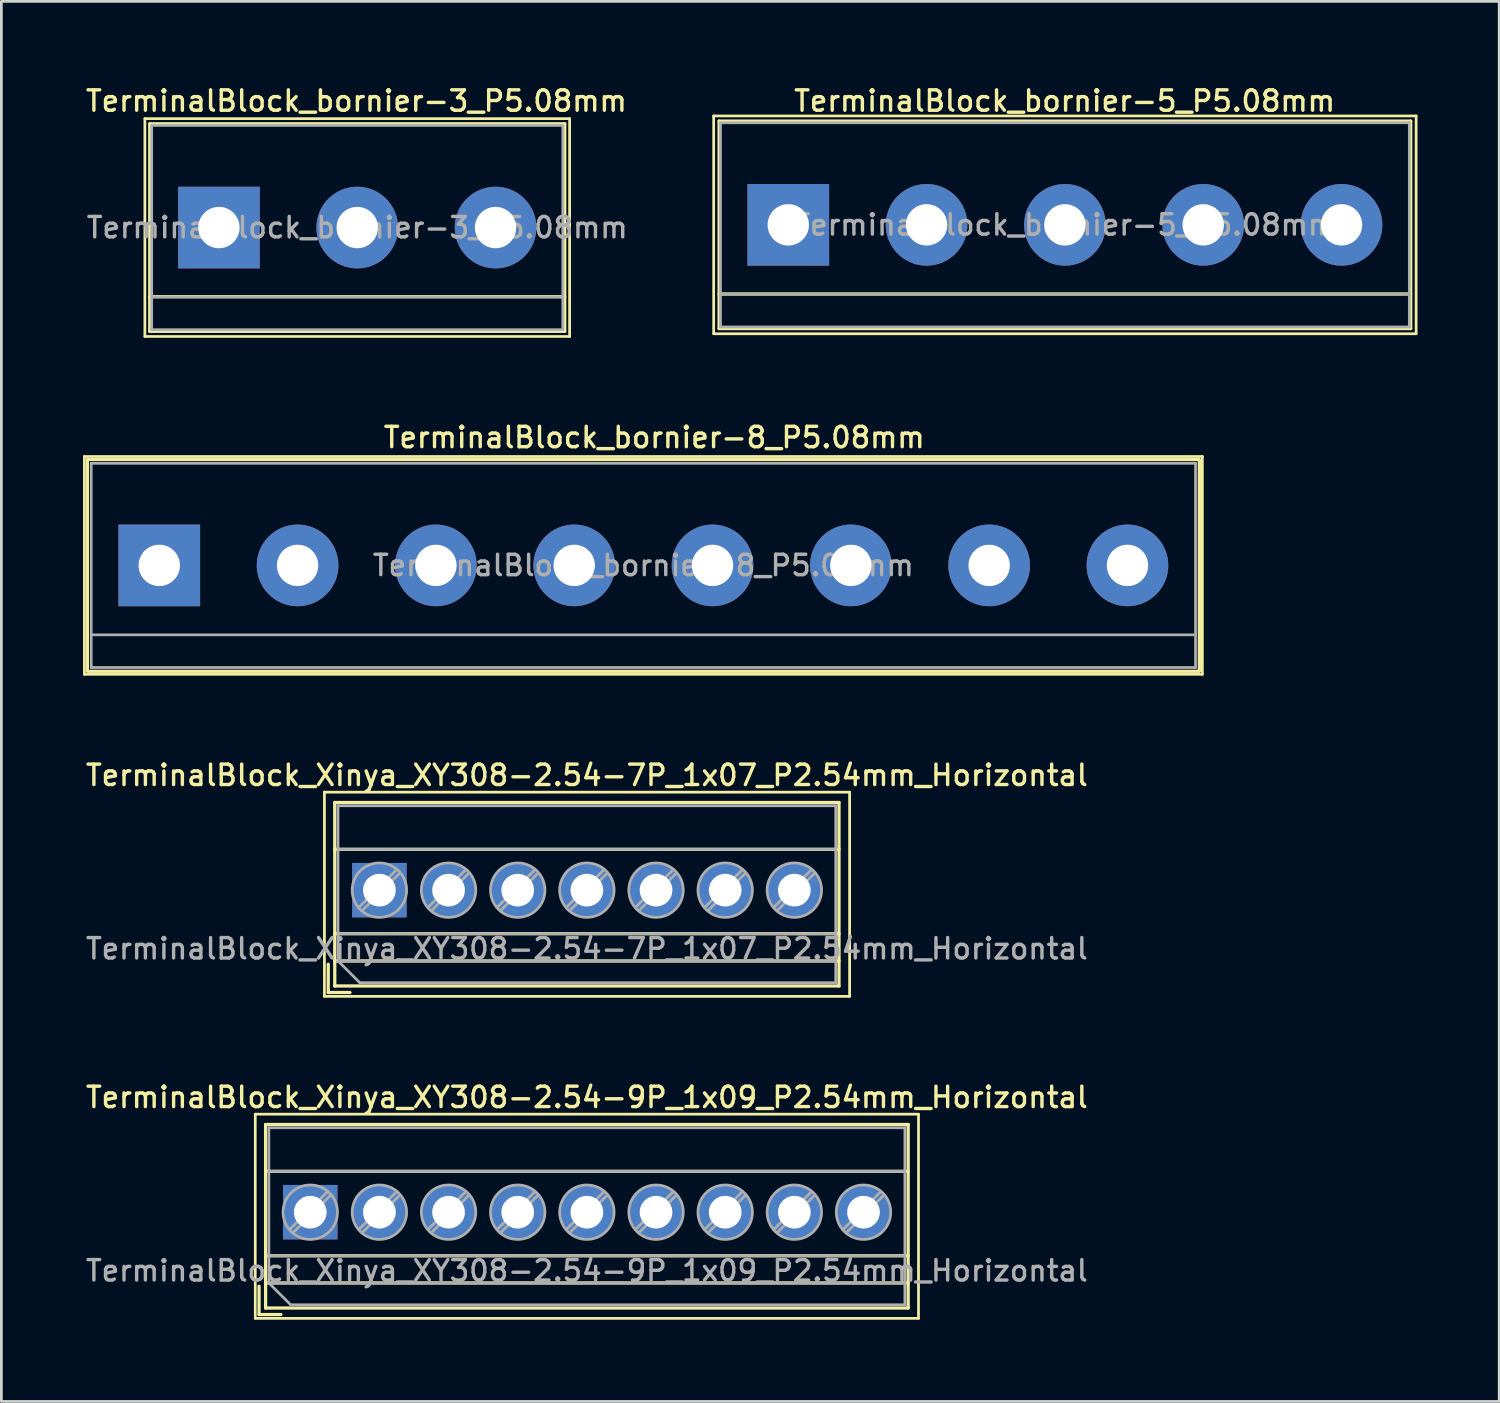
<source format=kicad_pcb>
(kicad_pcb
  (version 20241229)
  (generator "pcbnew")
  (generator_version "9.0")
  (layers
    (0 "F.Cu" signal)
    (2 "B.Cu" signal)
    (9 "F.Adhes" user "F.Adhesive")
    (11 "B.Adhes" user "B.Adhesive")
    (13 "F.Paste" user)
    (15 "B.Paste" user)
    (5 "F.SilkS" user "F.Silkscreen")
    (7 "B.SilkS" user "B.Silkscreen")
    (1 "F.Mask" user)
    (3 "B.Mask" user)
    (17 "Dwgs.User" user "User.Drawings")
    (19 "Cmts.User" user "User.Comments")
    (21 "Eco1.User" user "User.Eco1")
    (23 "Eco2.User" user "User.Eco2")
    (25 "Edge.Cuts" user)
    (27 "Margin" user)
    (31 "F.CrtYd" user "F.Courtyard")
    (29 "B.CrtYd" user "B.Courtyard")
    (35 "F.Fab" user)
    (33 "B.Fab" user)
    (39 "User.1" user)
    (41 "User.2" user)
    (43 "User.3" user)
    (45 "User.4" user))
  (footprint "TerminalBlock_bornier-3_P5.08mm"
    (layer "F.Cu")
    (at 4.991 5.308)
    (property "Reference" "TerminalBlock_bornier-3_P5.08mm" (at 5.05 -4.65 0) (layer "F.SilkS") (effects (font (size 0.75 0.75) (thickness 0.125))))
    (attr through_hole)
    (fp_line (start -2.72 -4) (end -2.72 4) (stroke (width 0.1) (type solid)) (layer "F.SilkS"))
    (fp_line (start -2.72 -4) (end 12.88 -4) (stroke (width 0.1) (type solid)) (layer "F.SilkS"))
    (fp_line (start -2.54 -3.81) (end 12.7 -3.81) (stroke (width 0.12) (type solid)) (layer "F.SilkS"))
    (fp_line (start -2.54 2.54) (end 12.7 2.54) (stroke (width 0.12) (type solid)) (layer "F.SilkS"))
    (fp_line (start -2.54 3.81) (end -2.54 -3.81) (stroke (width 0.12) (type solid)) (layer "F.SilkS"))
    (fp_line (start -2.54 3.81) (end 12.7 3.81) (stroke (width 0.12) (type solid)) (layer "F.SilkS"))
    (fp_line (start 12.7 3.81) (end 12.7 -3.81) (stroke (width 0.12) (type solid)) (layer "F.SilkS"))
    (fp_line (start 12.88 4) (end -2.72 4) (stroke (width 0.1) (type solid)) (layer "F.SilkS"))
    (fp_line (start 12.88 4) (end 12.88 -4) (stroke (width 0.1) (type solid)) (layer "F.SilkS"))
    (fp_line (start -2.47 -3.75) (end 12.63 -3.75) (stroke (width 0.1) (type solid)) (layer "F.Fab"))
    (fp_line (start -2.47 2.55) (end 12.63 2.55) (stroke (width 0.1) (type solid)) (layer "F.Fab"))
    (fp_line (start -2.47 3.75) (end -2.47 -3.75) (stroke (width 0.1) (type solid)) (layer "F.Fab"))
    (fp_line (start 12.63 -3.75) (end 12.63 3.75) (stroke (width 0.1) (type solid)) (layer "F.Fab"))
    (fp_line (start 12.63 3.75) (end -2.47 3.75) (stroke (width 0.1) (type solid)) (layer "F.Fab"))
    (fp_text user "${REFERENCE}" (at 5.08 0 0) (layer "F.Fab") (effects (font (size 0.75 0.75) (thickness 0.125))))
    (pad "1" thru_hole rect (at 0 0) (size 3 3) (drill 1.52) (layers "*.Cu" "*.Mask"))
    (pad "2" thru_hole circle (at 5.08 0) (size 3 3) (drill 1.52) (layers "*.Cu" "*.Mask"))
    (pad "3" thru_hole circle (at 10.16 0) (size 3 3) (drill 1.52) (layers "*.Cu" "*.Mask")))
  (footprint "TerminalBlock_Xinya_XY308-2.54-9P_1x09_P2.54mm_Horizontal"
    (layer "F.Cu")
    (at 8.345 41.472)
    (property "Reference" "TerminalBlock_Xinya_XY308-2.54-9P_1x09_P2.54mm_Horizontal" (at 10.16 -4.22 0) (layer "F.SilkS") (effects (font (size 0.75 0.75) (thickness 0.125))))
    (attr through_hole)
    (fp_line (start -2.02 -3.6) (end -2.02 3.9) (stroke (width 0.1) (type solid)) (layer "F.SilkS"))
    (fp_line (start -2.02 3.9) (end 22.34 3.9) (stroke (width 0.1) (type solid)) (layer "F.SilkS"))
    (fp_line (start -1.88 2.72) (end -1.88 3.76) (stroke (width 0.12) (type solid)) (layer "F.SilkS"))
    (fp_line (start -1.88 3.76) (end -1.08 3.76) (stroke (width 0.12) (type solid)) (layer "F.SilkS"))
    (fp_line (start -1.64 -3.22) (end -1.64 3.52) (stroke (width 0.12) (type solid)) (layer "F.SilkS"))
    (fp_line (start -1.64 -3.22) (end 21.96 -3.22) (stroke (width 0.12) (type solid)) (layer "F.SilkS"))
    (fp_line (start -1.64 -1.501) (end 21.96 -1.501) (stroke (width 0.12) (type solid)) (layer "F.SilkS"))
    (fp_line (start -1.64 1.6) (end 21.96 1.6) (stroke (width 0.12) (type solid)) (layer "F.SilkS"))
    (fp_line (start -1.64 2.6) (end 21.96 2.6) (stroke (width 0.12) (type solid)) (layer "F.SilkS"))
    (fp_line (start -1.64 3.52) (end 21.96 3.52) (stroke (width 0.12) (type solid)) (layer "F.SilkS"))
    (fp_line (start 21.96 -3.22) (end 21.96 3.52) (stroke (width 0.12) (type solid)) (layer "F.SilkS"))
    (fp_line (start 22.34 -3.6) (end -2.02 -3.6) (stroke (width 0.1) (type solid)) (layer "F.SilkS"))
    (fp_line (start 22.34 3.9) (end 22.34 -3.6) (stroke (width 0.1) (type solid)) (layer "F.SilkS"))
    (fp_line (start -1.52 -3.1) (end 21.84 -3.1) (stroke (width 0.1) (type solid)) (layer "F.Fab"))
    (fp_line (start -1.52 -1.5) (end 21.84 -1.5) (stroke (width 0.1) (type solid)) (layer "F.Fab"))
    (fp_line (start -1.52 1.6) (end 21.84 1.6) (stroke (width 0.1) (type solid)) (layer "F.Fab"))
    (fp_line (start -1.52 2.6) (end -1.52 -3.1) (stroke (width 0.1) (type solid)) (layer "F.Fab"))
    (fp_line (start -1.52 2.6) (end 21.84 2.6) (stroke (width 0.1) (type solid)) (layer "F.Fab"))
    (fp_line (start -0.72 3.4) (end -1.52 2.6) (stroke (width 0.1) (type solid)) (layer "F.Fab"))
    (fp_line (start 0.637 -0.759) (end -0.759 0.637) (stroke (width 0.1) (type solid)) (layer "F.Fab"))
    (fp_line (start 0.759 -0.637) (end -0.637 0.759) (stroke (width 0.1) (type solid)) (layer "F.Fab"))
    (fp_line (start 3.177 -0.759) (end 1.782 0.637) (stroke (width 0.1) (type solid)) (layer "F.Fab"))
    (fp_line (start 3.299 -0.637) (end 1.904 0.759) (stroke (width 0.1) (type solid)) (layer "F.Fab"))
    (fp_line (start 5.717 -0.759) (end 4.322 0.637) (stroke (width 0.1) (type solid)) (layer "F.Fab"))
    (fp_line (start 5.839 -0.637) (end 4.444 0.759) (stroke (width 0.1) (type solid)) (layer "F.Fab"))
    (fp_line (start 8.257 -0.759) (end 6.862 0.637) (stroke (width 0.1) (type solid)) (layer "F.Fab"))
    (fp_line (start 8.379 -0.637) (end 6.984 0.759) (stroke (width 0.1) (type solid)) (layer "F.Fab"))
    (fp_line (start 10.797 -0.759) (end 9.402 0.637) (stroke (width 0.1) (type solid)) (layer "F.Fab"))
    (fp_line (start 10.919 -0.637) (end 9.524 0.759) (stroke (width 0.1) (type solid)) (layer "F.Fab"))
    (fp_line (start 13.337 -0.759) (end 11.942 0.637) (stroke (width 0.1) (type solid)) (layer "F.Fab"))
    (fp_line (start 13.459 -0.637) (end 12.064 0.759) (stroke (width 0.1) (type solid)) (layer "F.Fab"))
    (fp_line (start 15.877 -0.759) (end 14.482 0.637) (stroke (width 0.1) (type solid)) (layer "F.Fab"))
    (fp_line (start 15.999 -0.637) (end 14.604 0.759) (stroke (width 0.1) (type solid)) (layer "F.Fab"))
    (fp_line (start 18.417 -0.759) (end 17.022 0.637) (stroke (width 0.1) (type solid)) (layer "F.Fab"))
    (fp_line (start 18.539 -0.637) (end 17.144 0.759) (stroke (width 0.1) (type solid)) (layer "F.Fab"))
    (fp_line (start 20.957 -0.759) (end 19.562 0.637) (stroke (width 0.1) (type solid)) (layer "F.Fab"))
    (fp_line (start 21.079 -0.637) (end 19.684 0.759) (stroke (width 0.1) (type solid)) (layer "F.Fab"))
    (fp_line (start 21.84 -3.1) (end 21.84 3.4) (stroke (width 0.1) (type solid)) (layer "F.Fab"))
    (fp_line (start 21.84 3.4) (end -0.72 3.4) (stroke (width 0.1) (type solid)) (layer "F.Fab"))
    (fp_circle (center 0 0) (end 1 0) (stroke (width 0.1) (type solid)) (fill no) (layer "F.Fab"))
    (fp_circle (center 2.54 0) (end 3.54 0) (stroke (width 0.1) (type solid)) (fill no) (layer "F.Fab"))
    (fp_circle (center 5.08 0) (end 6.08 0) (stroke (width 0.1) (type solid)) (fill no) (layer "F.Fab"))
    (fp_circle (center 7.62 0) (end 8.62 0) (stroke (width 0.1) (type solid)) (fill no) (layer "F.Fab"))
    (fp_circle (center 10.16 0) (end 11.16 0) (stroke (width 0.1) (type solid)) (fill no) (layer "F.Fab"))
    (fp_circle (center 12.7 0) (end 13.7 0) (stroke (width 0.1) (type solid)) (fill no) (layer "F.Fab"))
    (fp_circle (center 15.24 0) (end 16.24 0) (stroke (width 0.1) (type solid)) (fill no) (layer "F.Fab"))
    (fp_circle (center 17.78 0) (end 18.78 0) (stroke (width 0.1) (type solid)) (fill no) (layer "F.Fab"))
    (fp_circle (center 20.32 0) (end 21.32 0) (stroke (width 0.1) (type solid)) (fill no) (layer "F.Fab"))
    (fp_text user "${REFERENCE}" (at 10.16 2.15 0) (layer "F.Fab") (effects (font (size 0.75 0.75) (thickness 0.125))))
    (pad "1" thru_hole rect (at 0 0) (size 2 2) (drill 1.2) (layers "*.Cu" "*.Mask"))
    (pad "2" thru_hole circle (at 2.54 0) (size 2 2) (drill 1.2) (layers "*.Cu" "*.Mask"))
    (pad "3" thru_hole circle (at 5.08 0) (size 2 2) (drill 1.2) (layers "*.Cu" "*.Mask"))
    (pad "4" thru_hole circle (at 7.62 0) (size 2 2) (drill 1.2) (layers "*.Cu" "*.Mask"))
    (pad "5" thru_hole circle (at 10.16 0) (size 2 2) (drill 1.2) (layers "*.Cu" "*.Mask"))
    (pad "6" thru_hole circle (at 12.7 0) (size 2 2) (drill 1.2) (layers "*.Cu" "*.Mask"))
    (pad "7" thru_hole circle (at 15.24 0) (size 2 2) (drill 1.2) (layers "*.Cu" "*.Mask"))
    (pad "8" thru_hole circle (at 17.78 0) (size 2 2) (drill 1.2) (layers "*.Cu" "*.Mask"))
    (pad "9" thru_hole circle (at 20.32 0) (size 2 2) (drill 1.2) (layers "*.Cu" "*.Mask")))
  (footprint "TerminalBlock_Xinya_XY308-2.54-7P_1x07_P2.54mm_Horizontal"
    (layer "F.Cu")
    (at 10.885 29.644)
    (property "Reference" "TerminalBlock_Xinya_XY308-2.54-7P_1x07_P2.54mm_Horizontal" (at 7.62 -4.22 0) (layer "F.SilkS") (effects (font (size 0.75 0.75) (thickness 0.125))))
    (attr through_hole)
    (fp_line (start -2.02 -3.6) (end -2.02 3.9) (stroke (width 0.1) (type solid)) (layer "F.SilkS"))
    (fp_line (start -2.02 3.9) (end 17.27 3.9) (stroke (width 0.1) (type solid)) (layer "F.SilkS"))
    (fp_line (start -1.88 2.72) (end -1.88 3.76) (stroke (width 0.12) (type solid)) (layer "F.SilkS"))
    (fp_line (start -1.88 3.76) (end -1.08 3.76) (stroke (width 0.12) (type solid)) (layer "F.SilkS"))
    (fp_line (start -1.64 -3.22) (end -1.64 3.52) (stroke (width 0.12) (type solid)) (layer "F.SilkS"))
    (fp_line (start -1.64 -3.22) (end 16.88 -3.22) (stroke (width 0.12) (type solid)) (layer "F.SilkS"))
    (fp_line (start -1.64 -1.501) (end 16.88 -1.501) (stroke (width 0.12) (type solid)) (layer "F.SilkS"))
    (fp_line (start -1.64 1.6) (end 16.88 1.6) (stroke (width 0.12) (type solid)) (layer "F.SilkS"))
    (fp_line (start -1.64 2.6) (end 16.88 2.6) (stroke (width 0.12) (type solid)) (layer "F.SilkS"))
    (fp_line (start -1.64 3.52) (end 16.88 3.52) (stroke (width 0.12) (type solid)) (layer "F.SilkS"))
    (fp_line (start 16.88 -3.22) (end 16.88 3.52) (stroke (width 0.12) (type solid)) (layer "F.SilkS"))
    (fp_line (start 17.27 -3.6) (end -2.02 -3.6) (stroke (width 0.1) (type solid)) (layer "F.SilkS"))
    (fp_line (start 17.27 3.9) (end 17.27 -3.6) (stroke (width 0.1) (type solid)) (layer "F.SilkS"))
    (fp_line (start -1.52 -3.1) (end 16.76 -3.1) (stroke (width 0.1) (type solid)) (layer "F.Fab"))
    (fp_line (start -1.52 -1.5) (end 16.76 -1.5) (stroke (width 0.1) (type solid)) (layer "F.Fab"))
    (fp_line (start -1.52 1.6) (end 16.76 1.6) (stroke (width 0.1) (type solid)) (layer "F.Fab"))
    (fp_line (start -1.52 2.6) (end -1.52 -3.1) (stroke (width 0.1) (type solid)) (layer "F.Fab"))
    (fp_line (start -1.52 2.6) (end 16.76 2.6) (stroke (width 0.1) (type solid)) (layer "F.Fab"))
    (fp_line (start -0.72 3.4) (end -1.52 2.6) (stroke (width 0.1) (type solid)) (layer "F.Fab"))
    (fp_line (start 0.637 -0.759) (end -0.759 0.637) (stroke (width 0.1) (type solid)) (layer "F.Fab"))
    (fp_line (start 0.759 -0.637) (end -0.637 0.759) (stroke (width 0.1) (type solid)) (layer "F.Fab"))
    (fp_line (start 3.177 -0.759) (end 1.782 0.637) (stroke (width 0.1) (type solid)) (layer "F.Fab"))
    (fp_line (start 3.299 -0.637) (end 1.904 0.759) (stroke (width 0.1) (type solid)) (layer "F.Fab"))
    (fp_line (start 5.717 -0.759) (end 4.322 0.637) (stroke (width 0.1) (type solid)) (layer "F.Fab"))
    (fp_line (start 5.839 -0.637) (end 4.444 0.759) (stroke (width 0.1) (type solid)) (layer "F.Fab"))
    (fp_line (start 8.257 -0.759) (end 6.862 0.637) (stroke (width 0.1) (type solid)) (layer "F.Fab"))
    (fp_line (start 8.379 -0.637) (end 6.984 0.759) (stroke (width 0.1) (type solid)) (layer "F.Fab"))
    (fp_line (start 10.797 -0.759) (end 9.402 0.637) (stroke (width 0.1) (type solid)) (layer "F.Fab"))
    (fp_line (start 10.919 -0.637) (end 9.524 0.759) (stroke (width 0.1) (type solid)) (layer "F.Fab"))
    (fp_line (start 13.337 -0.759) (end 11.942 0.637) (stroke (width 0.1) (type solid)) (layer "F.Fab"))
    (fp_line (start 13.459 -0.637) (end 12.064 0.759) (stroke (width 0.1) (type solid)) (layer "F.Fab"))
    (fp_line (start 15.877 -0.759) (end 14.482 0.637) (stroke (width 0.1) (type solid)) (layer "F.Fab"))
    (fp_line (start 15.999 -0.637) (end 14.604 0.759) (stroke (width 0.1) (type solid)) (layer "F.Fab"))
    (fp_line (start 16.76 -3.1) (end 16.76 3.4) (stroke (width 0.1) (type solid)) (layer "F.Fab"))
    (fp_line (start 16.76 3.4) (end -0.72 3.4) (stroke (width 0.1) (type solid)) (layer "F.Fab"))
    (fp_circle (center 0 0) (end 1 0) (stroke (width 0.1) (type solid)) (fill no) (layer "F.Fab"))
    (fp_circle (center 2.54 0) (end 3.54 0) (stroke (width 0.1) (type solid)) (fill no) (layer "F.Fab"))
    (fp_circle (center 5.08 0) (end 6.08 0) (stroke (width 0.1) (type solid)) (fill no) (layer "F.Fab"))
    (fp_circle (center 7.62 0) (end 8.62 0) (stroke (width 0.1) (type solid)) (fill no) (layer "F.Fab"))
    (fp_circle (center 10.16 0) (end 11.16 0) (stroke (width 0.1) (type solid)) (fill no) (layer "F.Fab"))
    (fp_circle (center 12.7 0) (end 13.7 0) (stroke (width 0.1) (type solid)) (fill no) (layer "F.Fab"))
    (fp_circle (center 15.24 0) (end 16.24 0) (stroke (width 0.1) (type solid)) (fill no) (layer "F.Fab"))
    (fp_text user "${REFERENCE}" (at 7.62 2.15 0) (layer "F.Fab") (effects (font (size 0.75 0.75) (thickness 0.125))))
    (pad "1" thru_hole rect (at 0 0) (size 2 2) (drill 1.2) (layers "*.Cu" "*.Mask"))
    (pad "2" thru_hole circle (at 2.54 0) (size 2 2) (drill 1.2) (layers "*.Cu" "*.Mask"))
    (pad "3" thru_hole circle (at 5.08 0) (size 2 2) (drill 1.2) (layers "*.Cu" "*.Mask"))
    (pad "4" thru_hole circle (at 7.62 0) (size 2 2) (drill 1.2) (layers "*.Cu" "*.Mask"))
    (pad "5" thru_hole circle (at 10.16 0) (size 2 2) (drill 1.2) (layers "*.Cu" "*.Mask"))
    (pad "6" thru_hole circle (at 12.7 0) (size 2 2) (drill 1.2) (layers "*.Cu" "*.Mask"))
    (pad "7" thru_hole circle (at 15.24 0) (size 2 2) (drill 1.2) (layers "*.Cu" "*.Mask")))
  (footprint "TerminalBlock_bornier-5_P5.08mm"
    (layer "F.Cu")
    (at 25.902 5.208)
    (property "Reference" "TerminalBlock_bornier-5_P5.08mm" (at 10.15 -4.55 0) (layer "F.SilkS") (effects (font (size 0.75 0.75) (thickness 0.125))))
    (attr through_hole)
    (fp_line (start -2.74 -4) (end -2.74 4) (stroke (width 0.1) (type solid)) (layer "F.SilkS"))
    (fp_line (start -2.74 -4) (end 23.06 -4) (stroke (width 0.1) (type solid)) (layer "F.SilkS"))
    (fp_line (start -2.54 -3.81) (end -2.54 3.81) (stroke (width 0.12) (type solid)) (layer "F.SilkS"))
    (fp_line (start -2.54 -3.81) (end 22.86 -3.81) (stroke (width 0.12) (type solid)) (layer "F.SilkS"))
    (fp_line (start -2.54 2.54) (end 22.86 2.54) (stroke (width 0.12) (type solid)) (layer "F.SilkS"))
    (fp_line (start -2.54 3.81) (end 22.86 3.81) (stroke (width 0.12) (type solid)) (layer "F.SilkS"))
    (fp_line (start 22.86 -3.81) (end 22.86 3.81) (stroke (width 0.12) (type solid)) (layer "F.SilkS"))
    (fp_line (start 23.06 4) (end -2.74 4) (stroke (width 0.1) (type solid)) (layer "F.SilkS"))
    (fp_line (start 23.06 4) (end 23.06 -4) (stroke (width 0.1) (type solid)) (layer "F.SilkS"))
    (fp_line (start -2.49 -3.75) (end -2.49 3.75) (stroke (width 0.1) (type solid)) (layer "F.Fab"))
    (fp_line (start -2.49 2.55) (end 22.81 2.55) (stroke (width 0.1) (type solid)) (layer "F.Fab"))
    (fp_line (start -2.49 3.75) (end 22.81 3.75) (stroke (width 0.1) (type solid)) (layer "F.Fab"))
    (fp_line (start 22.81 -3.75) (end -2.49 -3.75) (stroke (width 0.1) (type solid)) (layer "F.Fab"))
    (fp_line (start 22.81 3.75) (end 22.81 -3.75) (stroke (width 0.1) (type solid)) (layer "F.Fab"))
    (fp_text user "${REFERENCE}" (at 10.16 0 0) (layer "F.Fab") (effects (font (size 0.75 0.75) (thickness 0.125))))
    (pad "1" thru_hole rect (at 0 0) (size 3 3) (drill 1.52) (layers "*.Cu" "*.Mask"))
    (pad "2" thru_hole circle (at 5.08 0) (size 3 3) (drill 1.52) (layers "*.Cu" "*.Mask"))
    (pad "3" thru_hole circle (at 10.16 0) (size 3 3) (drill 1.52) (layers "*.Cu" "*.Mask"))
    (pad "4" thru_hole circle (at 15.24 0) (size 3 3) (drill 1.52) (layers "*.Cu" "*.Mask"))
    (pad "5" thru_hole circle (at 20.32 0) (size 3 3) (drill 1.52) (layers "*.Cu" "*.Mask")))
  (footprint "TerminalBlock_bornier-8_P5.08mm"
    (layer "F.Cu")
    (at 2.8 17.716)
    (property "Reference" "TerminalBlock_bornier-8_P5.08mm" (at 18.18 -4.7 0) (layer "F.SilkS") (effects (font (size 0.75 0.75) (thickness 0.125))))
    (attr through_hole)
    (fp_line (start -2.75 -4) (end -2.75 4) (stroke (width 0.1) (type solid)) (layer "F.SilkS"))
    (fp_line (start -2.75 -4) (end 38.31 -4) (stroke (width 0.1) (type solid)) (layer "F.SilkS"))
    (fp_line (start 38.31 4) (end -2.75 4) (stroke (width 0.1) (type solid)) (layer "F.SilkS"))
    (fp_line (start 38.31 4) (end 38.31 -4) (stroke (width 0.1) (type solid)) (layer "F.SilkS"))
    (fp_rect (start -2.64 -3.89) (end 38.2 3.89) (stroke (width 0.12) (type default)) (fill no) (layer "F.SilkS"))
    (fp_line (start -2.5 -3.75) (end -2.5 3.75) (stroke (width 0.1) (type solid)) (layer "F.Fab"))
    (fp_line (start -2.5 2.55) (end 38.06 2.55) (stroke (width 0.1) (type solid)) (layer "F.Fab"))
    (fp_line (start -2.5 3.75) (end 38.06 3.75) (stroke (width 0.1) (type solid)) (layer "F.Fab"))
    (fp_line (start 38.06 -3.75) (end -2.5 -3.75) (stroke (width 0.1) (type solid)) (layer "F.Fab"))
    (fp_line (start 38.06 3.75) (end 38.06 -3.75) (stroke (width 0.1) (type solid)) (layer "F.Fab"))
    (fp_text user "${REFERENCE}" (at 17.78 0 0) (layer "F.Fab") (effects (font (size 0.75 0.75) (thickness 0.125))))
    (pad "1" thru_hole rect (at 0 0) (size 3 3) (drill 1.52) (layers "*.Cu" "*.Mask"))
    (pad "2" thru_hole circle (at 5.08 0) (size 3 3) (drill 1.52) (layers "*.Cu" "*.Mask"))
    (pad "3" thru_hole circle (at 10.16 0) (size 3 3) (drill 1.52) (layers "*.Cu" "*.Mask"))
    (pad "4" thru_hole circle (at 15.24 0) (size 3 3) (drill 1.52) (layers "*.Cu" "*.Mask"))
    (pad "5" thru_hole circle (at 20.32 0) (size 3 3) (drill 1.52) (layers "*.Cu" "*.Mask"))
    (pad "6" thru_hole circle (at 25.4 0) (size 3 3) (drill 1.52) (layers "*.Cu" "*.Mask"))
    (pad "7" thru_hole circle (at 30.48 0) (size 3 3) (drill 1.52) (layers "*.Cu" "*.Mask"))
    (pad "8" thru_hole circle (at 35.56 0) (size 3 3) (drill 1.52) (layers "*.Cu" "*.Mask")))
  (gr_rect
    (start -3 -3)
    (end 52.012 48.422)
    (stroke (width 0.1) (type default))
    (fill no)
    (layer "Edge.Cuts")))
</source>
